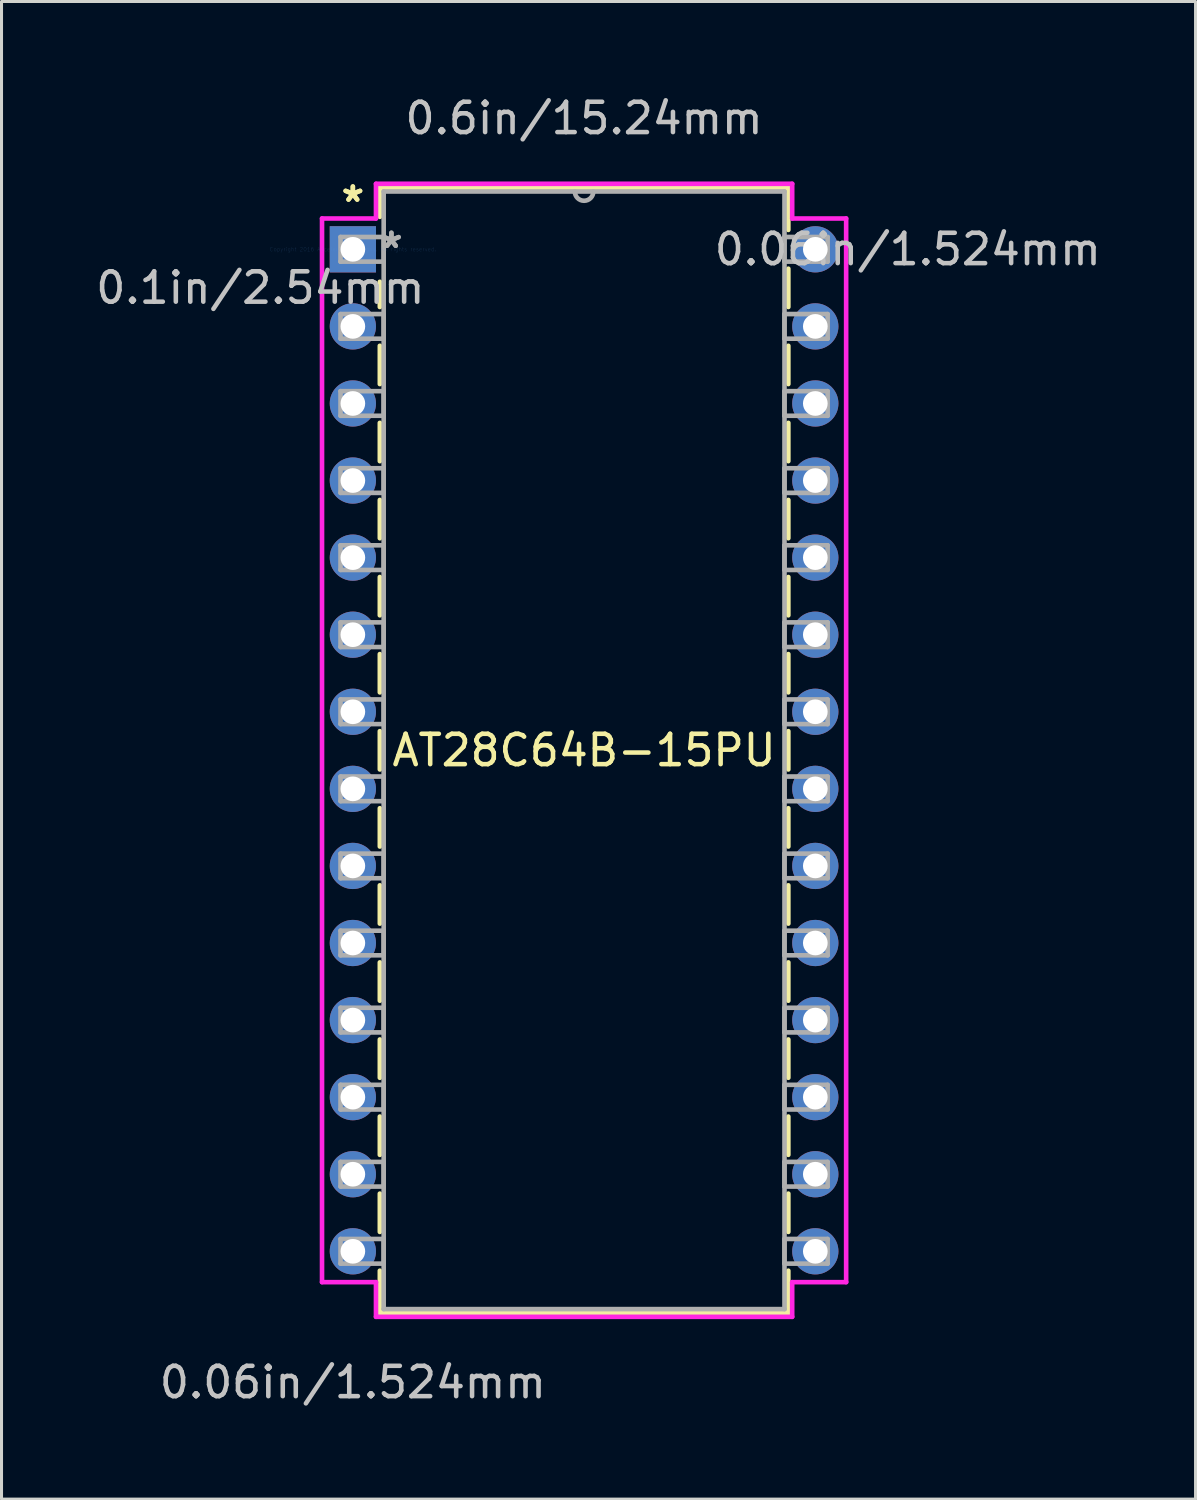
<source format=kicad_pcb>
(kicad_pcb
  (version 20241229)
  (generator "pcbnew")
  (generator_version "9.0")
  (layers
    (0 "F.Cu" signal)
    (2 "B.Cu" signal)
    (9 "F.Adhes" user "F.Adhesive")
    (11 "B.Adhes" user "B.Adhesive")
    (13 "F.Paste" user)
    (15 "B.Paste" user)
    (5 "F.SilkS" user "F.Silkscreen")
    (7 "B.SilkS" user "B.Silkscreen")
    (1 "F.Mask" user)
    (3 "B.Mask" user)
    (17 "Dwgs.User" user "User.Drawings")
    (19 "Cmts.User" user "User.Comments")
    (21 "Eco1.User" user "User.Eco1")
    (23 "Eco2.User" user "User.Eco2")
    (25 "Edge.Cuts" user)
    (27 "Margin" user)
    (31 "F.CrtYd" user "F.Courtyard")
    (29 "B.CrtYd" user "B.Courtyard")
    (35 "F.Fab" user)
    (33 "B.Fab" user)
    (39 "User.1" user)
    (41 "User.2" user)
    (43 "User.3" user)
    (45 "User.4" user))
  (footprint "AT28C64B-15PU"
    (layer "F.Cu")
    (at 8.578 5.166)
    (property "Reference" "AT28C64B-15PU" (at 7.62 16.51 0) (layer "F.SilkS") (effects (font (size 1 1) (thickness 0.15))))
    (attr through_hole)
    (fp_line (start 0.889 -2.032) (end 0.889 -1.07) (stroke (width 0.152) (type solid)) (layer "F.SilkS"))
    (fp_line (start 0.889 1.07) (end 0.889 1.901) (stroke (width 0.152) (type solid)) (layer "F.SilkS"))
    (fp_line (start 0.889 3.179) (end 0.889 4.441) (stroke (width 0.152) (type solid)) (layer "F.SilkS"))
    (fp_line (start 0.889 5.719) (end 0.889 6.981) (stroke (width 0.152) (type solid)) (layer "F.SilkS"))
    (fp_line (start 0.889 8.259) (end 0.889 9.521) (stroke (width 0.152) (type solid)) (layer "F.SilkS"))
    (fp_line (start 0.889 10.799) (end 0.889 12.061) (stroke (width 0.152) (type solid)) (layer "F.SilkS"))
    (fp_line (start 0.889 13.339) (end 0.889 14.601) (stroke (width 0.152) (type solid)) (layer "F.SilkS"))
    (fp_line (start 0.889 15.879) (end 0.889 17.141) (stroke (width 0.152) (type solid)) (layer "F.SilkS"))
    (fp_line (start 0.889 18.419) (end 0.889 19.681) (stroke (width 0.152) (type solid)) (layer "F.SilkS"))
    (fp_line (start 0.889 20.959) (end 0.889 22.221) (stroke (width 0.152) (type solid)) (layer "F.SilkS"))
    (fp_line (start 0.889 23.499) (end 0.889 24.761) (stroke (width 0.152) (type solid)) (layer "F.SilkS"))
    (fp_line (start 0.889 26.039) (end 0.889 27.301) (stroke (width 0.152) (type solid)) (layer "F.SilkS"))
    (fp_line (start 0.889 28.579) (end 0.889 29.841) (stroke (width 0.152) (type solid)) (layer "F.SilkS"))
    (fp_line (start 0.889 31.119) (end 0.889 32.381) (stroke (width 0.152) (type solid)) (layer "F.SilkS"))
    (fp_line (start 0.889 33.659) (end 0.889 35.052) (stroke (width 0.152) (type solid)) (layer "F.SilkS"))
    (fp_line (start 0.889 35.052) (end 14.351 35.052) (stroke (width 0.152) (type solid)) (layer "F.SilkS"))
    (fp_line (start 14.351 -2.032) (end 0.889 -2.032) (stroke (width 0.152) (type solid)) (layer "F.SilkS"))
    (fp_line (start 14.351 -0.639) (end 14.351 -2.032) (stroke (width 0.152) (type solid)) (layer "F.SilkS"))
    (fp_line (start 14.351 1.901) (end 14.351 0.639) (stroke (width 0.152) (type solid)) (layer "F.SilkS"))
    (fp_line (start 14.351 4.441) (end 14.351 3.179) (stroke (width 0.152) (type solid)) (layer "F.SilkS"))
    (fp_line (start 14.351 6.981) (end 14.351 5.719) (stroke (width 0.152) (type solid)) (layer "F.SilkS"))
    (fp_line (start 14.351 9.521) (end 14.351 8.259) (stroke (width 0.152) (type solid)) (layer "F.SilkS"))
    (fp_line (start 14.351 12.061) (end 14.351 10.799) (stroke (width 0.152) (type solid)) (layer "F.SilkS"))
    (fp_line (start 14.351 14.601) (end 14.351 13.339) (stroke (width 0.152) (type solid)) (layer "F.SilkS"))
    (fp_line (start 14.351 17.141) (end 14.351 15.879) (stroke (width 0.152) (type solid)) (layer "F.SilkS"))
    (fp_line (start 14.351 19.681) (end 14.351 18.419) (stroke (width 0.152) (type solid)) (layer "F.SilkS"))
    (fp_line (start 14.351 22.221) (end 14.351 20.959) (stroke (width 0.152) (type solid)) (layer "F.SilkS"))
    (fp_line (start 14.351 24.761) (end 14.351 23.499) (stroke (width 0.152) (type solid)) (layer "F.SilkS"))
    (fp_line (start 14.351 27.301) (end 14.351 26.039) (stroke (width 0.152) (type solid)) (layer "F.SilkS"))
    (fp_line (start 14.351 29.841) (end 14.351 28.579) (stroke (width 0.152) (type solid)) (layer "F.SilkS"))
    (fp_line (start 14.351 32.381) (end 14.351 31.119) (stroke (width 0.152) (type solid)) (layer "F.SilkS"))
    (fp_line (start 14.351 35.052) (end 14.351 33.659) (stroke (width 0.152) (type solid)) (layer "F.SilkS"))
    (fp_line (start -1.016 -1.016) (end -1.016 34.036) (stroke (width 0.152) (type solid)) (layer "F.CrtYd"))
    (fp_line (start -1.016 34.036) (end 0.762 34.036) (stroke (width 0.152) (type solid)) (layer "F.CrtYd"))
    (fp_line (start 0.762 -2.159) (end 0.762 -1.016) (stroke (width 0.152) (type solid)) (layer "F.CrtYd"))
    (fp_line (start 0.762 -1.016) (end -1.016 -1.016) (stroke (width 0.152) (type solid)) (layer "F.CrtYd"))
    (fp_line (start 0.762 34.036) (end 0.762 35.179) (stroke (width 0.152) (type solid)) (layer "F.CrtYd"))
    (fp_line (start 0.762 35.179) (end 14.478 35.179) (stroke (width 0.152) (type solid)) (layer "F.CrtYd"))
    (fp_line (start 14.478 -2.159) (end 0.762 -2.159) (stroke (width 0.152) (type solid)) (layer "F.CrtYd"))
    (fp_line (start 14.478 -1.016) (end 14.478 -2.159) (stroke (width 0.152) (type solid)) (layer "F.CrtYd"))
    (fp_line (start 14.478 34.036) (end 16.256 34.036) (stroke (width 0.152) (type solid)) (layer "F.CrtYd"))
    (fp_line (start 14.478 35.179) (end 14.478 34.036) (stroke (width 0.152) (type solid)) (layer "F.CrtYd"))
    (fp_line (start 16.256 -1.016) (end 14.478 -1.016) (stroke (width 0.152) (type solid)) (layer "F.CrtYd"))
    (fp_line (start 16.256 34.036) (end 16.256 -1.016) (stroke (width 0.152) (type solid)) (layer "F.CrtYd"))
    (fp_line (start -0.406 -0.406) (end -0.406 0.406) (stroke (width 0.152) (type solid)) (layer "F.Fab"))
    (fp_line (start -0.406 0.406) (end 1.016 0.406) (stroke (width 0.152) (type solid)) (layer "F.Fab"))
    (fp_line (start -0.406 2.134) (end -0.406 2.946) (stroke (width 0.152) (type solid)) (layer "F.Fab"))
    (fp_line (start -0.406 2.946) (end 1.016 2.946) (stroke (width 0.152) (type solid)) (layer "F.Fab"))
    (fp_line (start -0.406 4.674) (end -0.406 5.486) (stroke (width 0.152) (type solid)) (layer "F.Fab"))
    (fp_line (start -0.406 5.486) (end 1.016 5.486) (stroke (width 0.152) (type solid)) (layer "F.Fab"))
    (fp_line (start -0.406 7.214) (end -0.406 8.026) (stroke (width 0.152) (type solid)) (layer "F.Fab"))
    (fp_line (start -0.406 8.026) (end 1.016 8.026) (stroke (width 0.152) (type solid)) (layer "F.Fab"))
    (fp_line (start -0.406 9.754) (end -0.406 10.566) (stroke (width 0.152) (type solid)) (layer "F.Fab"))
    (fp_line (start -0.406 10.566) (end 1.016 10.566) (stroke (width 0.152) (type solid)) (layer "F.Fab"))
    (fp_line (start -0.406 12.294) (end -0.406 13.106) (stroke (width 0.152) (type solid)) (layer "F.Fab"))
    (fp_line (start -0.406 13.106) (end 1.016 13.106) (stroke (width 0.152) (type solid)) (layer "F.Fab"))
    (fp_line (start -0.406 14.834) (end -0.406 15.646) (stroke (width 0.152) (type solid)) (layer "F.Fab"))
    (fp_line (start -0.406 15.646) (end 1.016 15.646) (stroke (width 0.152) (type solid)) (layer "F.Fab"))
    (fp_line (start -0.406 17.374) (end -0.406 18.186) (stroke (width 0.152) (type solid)) (layer "F.Fab"))
    (fp_line (start -0.406 18.186) (end 1.016 18.186) (stroke (width 0.152) (type solid)) (layer "F.Fab"))
    (fp_line (start -0.406 19.914) (end -0.406 20.726) (stroke (width 0.152) (type solid)) (layer "F.Fab"))
    (fp_line (start -0.406 20.726) (end 1.016 20.726) (stroke (width 0.152) (type solid)) (layer "F.Fab"))
    (fp_line (start -0.406 22.454) (end -0.406 23.266) (stroke (width 0.152) (type solid)) (layer "F.Fab"))
    (fp_line (start -0.406 23.266) (end 1.016 23.266) (stroke (width 0.152) (type solid)) (layer "F.Fab"))
    (fp_line (start -0.406 24.994) (end -0.406 25.806) (stroke (width 0.152) (type solid)) (layer "F.Fab"))
    (fp_line (start -0.406 25.806) (end 1.016 25.806) (stroke (width 0.152) (type solid)) (layer "F.Fab"))
    (fp_line (start -0.406 27.534) (end -0.406 28.346) (stroke (width 0.152) (type solid)) (layer "F.Fab"))
    (fp_line (start -0.406 28.346) (end 1.016 28.346) (stroke (width 0.152) (type solid)) (layer "F.Fab"))
    (fp_line (start -0.406 30.074) (end -0.406 30.886) (stroke (width 0.152) (type solid)) (layer "F.Fab"))
    (fp_line (start -0.406 30.886) (end 1.016 30.886) (stroke (width 0.152) (type solid)) (layer "F.Fab"))
    (fp_line (start -0.406 32.614) (end -0.406 33.426) (stroke (width 0.152) (type solid)) (layer "F.Fab"))
    (fp_line (start -0.406 33.426) (end 1.016 33.426) (stroke (width 0.152) (type solid)) (layer "F.Fab"))
    (fp_line (start 1.016 -1.905) (end 1.016 34.925) (stroke (width 0.152) (type solid)) (layer "F.Fab"))
    (fp_line (start 1.016 -0.406) (end -0.406 -0.406) (stroke (width 0.152) (type solid)) (layer "F.Fab"))
    (fp_line (start 1.016 0.406) (end 1.016 -0.406) (stroke (width 0.152) (type solid)) (layer "F.Fab"))
    (fp_line (start 1.016 2.134) (end -0.406 2.134) (stroke (width 0.152) (type solid)) (layer "F.Fab"))
    (fp_line (start 1.016 2.946) (end 1.016 2.134) (stroke (width 0.152) (type solid)) (layer "F.Fab"))
    (fp_line (start 1.016 4.674) (end -0.406 4.674) (stroke (width 0.152) (type solid)) (layer "F.Fab"))
    (fp_line (start 1.016 5.486) (end 1.016 4.674) (stroke (width 0.152) (type solid)) (layer "F.Fab"))
    (fp_line (start 1.016 7.214) (end -0.406 7.214) (stroke (width 0.152) (type solid)) (layer "F.Fab"))
    (fp_line (start 1.016 8.026) (end 1.016 7.214) (stroke (width 0.152) (type solid)) (layer "F.Fab"))
    (fp_line (start 1.016 9.754) (end -0.406 9.754) (stroke (width 0.152) (type solid)) (layer "F.Fab"))
    (fp_line (start 1.016 10.566) (end 1.016 9.754) (stroke (width 0.152) (type solid)) (layer "F.Fab"))
    (fp_line (start 1.016 12.294) (end -0.406 12.294) (stroke (width 0.152) (type solid)) (layer "F.Fab"))
    (fp_line (start 1.016 13.106) (end 1.016 12.294) (stroke (width 0.152) (type solid)) (layer "F.Fab"))
    (fp_line (start 1.016 14.834) (end -0.406 14.834) (stroke (width 0.152) (type solid)) (layer "F.Fab"))
    (fp_line (start 1.016 15.646) (end 1.016 14.834) (stroke (width 0.152) (type solid)) (layer "F.Fab"))
    (fp_line (start 1.016 17.374) (end -0.406 17.374) (stroke (width 0.152) (type solid)) (layer "F.Fab"))
    (fp_line (start 1.016 18.186) (end 1.016 17.374) (stroke (width 0.152) (type solid)) (layer "F.Fab"))
    (fp_line (start 1.016 19.914) (end -0.406 19.914) (stroke (width 0.152) (type solid)) (layer "F.Fab"))
    (fp_line (start 1.016 20.726) (end 1.016 19.914) (stroke (width 0.152) (type solid)) (layer "F.Fab"))
    (fp_line (start 1.016 22.454) (end -0.406 22.454) (stroke (width 0.152) (type solid)) (layer "F.Fab"))
    (fp_line (start 1.016 23.266) (end 1.016 22.454) (stroke (width 0.152) (type solid)) (layer "F.Fab"))
    (fp_line (start 1.016 24.994) (end -0.406 24.994) (stroke (width 0.152) (type solid)) (layer "F.Fab"))
    (fp_line (start 1.016 25.806) (end 1.016 24.994) (stroke (width 0.152) (type solid)) (layer "F.Fab"))
    (fp_line (start 1.016 27.534) (end -0.406 27.534) (stroke (width 0.152) (type solid)) (layer "F.Fab"))
    (fp_line (start 1.016 28.346) (end 1.016 27.534) (stroke (width 0.152) (type solid)) (layer "F.Fab"))
    (fp_line (start 1.016 30.074) (end -0.406 30.074) (stroke (width 0.152) (type solid)) (layer "F.Fab"))
    (fp_line (start 1.016 30.886) (end 1.016 30.074) (stroke (width 0.152) (type solid)) (layer "F.Fab"))
    (fp_line (start 1.016 32.614) (end -0.406 32.614) (stroke (width 0.152) (type solid)) (layer "F.Fab"))
    (fp_line (start 1.016 33.426) (end 1.016 32.614) (stroke (width 0.152) (type solid)) (layer "F.Fab"))
    (fp_line (start 1.016 34.925) (end 14.224 34.925) (stroke (width 0.152) (type solid)) (layer "F.Fab"))
    (fp_line (start 14.224 -1.905) (end 1.016 -1.905) (stroke (width 0.152) (type solid)) (layer "F.Fab"))
    (fp_line (start 14.224 -0.406) (end 14.224 0.406) (stroke (width 0.152) (type solid)) (layer "F.Fab"))
    (fp_line (start 14.224 0.406) (end 15.646 0.406) (stroke (width 0.152) (type solid)) (layer "F.Fab"))
    (fp_line (start 14.224 2.134) (end 14.224 2.946) (stroke (width 0.152) (type solid)) (layer "F.Fab"))
    (fp_line (start 14.224 2.946) (end 15.646 2.946) (stroke (width 0.152) (type solid)) (layer "F.Fab"))
    (fp_line (start 14.224 4.674) (end 14.224 5.486) (stroke (width 0.152) (type solid)) (layer "F.Fab"))
    (fp_line (start 14.224 5.486) (end 15.646 5.486) (stroke (width 0.152) (type solid)) (layer "F.Fab"))
    (fp_line (start 14.224 7.214) (end 14.224 8.026) (stroke (width 0.152) (type solid)) (layer "F.Fab"))
    (fp_line (start 14.224 8.026) (end 15.646 8.026) (stroke (width 0.152) (type solid)) (layer "F.Fab"))
    (fp_line (start 14.224 9.754) (end 14.224 10.566) (stroke (width 0.152) (type solid)) (layer "F.Fab"))
    (fp_line (start 14.224 10.566) (end 15.646 10.566) (stroke (width 0.152) (type solid)) (layer "F.Fab"))
    (fp_line (start 14.224 12.294) (end 14.224 13.106) (stroke (width 0.152) (type solid)) (layer "F.Fab"))
    (fp_line (start 14.224 13.106) (end 15.646 13.106) (stroke (width 0.152) (type solid)) (layer "F.Fab"))
    (fp_line (start 14.224 14.834) (end 14.224 15.646) (stroke (width 0.152) (type solid)) (layer "F.Fab"))
    (fp_line (start 14.224 15.646) (end 15.646 15.646) (stroke (width 0.152) (type solid)) (layer "F.Fab"))
    (fp_line (start 14.224 17.374) (end 14.224 18.186) (stroke (width 0.152) (type solid)) (layer "F.Fab"))
    (fp_line (start 14.224 18.186) (end 15.646 18.186) (stroke (width 0.152) (type solid)) (layer "F.Fab"))
    (fp_line (start 14.224 19.914) (end 14.224 20.726) (stroke (width 0.152) (type solid)) (layer "F.Fab"))
    (fp_line (start 14.224 20.726) (end 15.646 20.726) (stroke (width 0.152) (type solid)) (layer "F.Fab"))
    (fp_line (start 14.224 22.454) (end 14.224 23.266) (stroke (width 0.152) (type solid)) (layer "F.Fab"))
    (fp_line (start 14.224 23.266) (end 15.646 23.266) (stroke (width 0.152) (type solid)) (layer "F.Fab"))
    (fp_line (start 14.224 24.994) (end 14.224 25.806) (stroke (width 0.152) (type solid)) (layer "F.Fab"))
    (fp_line (start 14.224 25.806) (end 15.646 25.806) (stroke (width 0.152) (type solid)) (layer "F.Fab"))
    (fp_line (start 14.224 27.534) (end 14.224 28.346) (stroke (width 0.152) (type solid)) (layer "F.Fab"))
    (fp_line (start 14.224 28.346) (end 15.646 28.346) (stroke (width 0.152) (type solid)) (layer "F.Fab"))
    (fp_line (start 14.224 30.074) (end 14.224 30.886) (stroke (width 0.152) (type solid)) (layer "F.Fab"))
    (fp_line (start 14.224 30.886) (end 15.646 30.886) (stroke (width 0.152) (type solid)) (layer "F.Fab"))
    (fp_line (start 14.224 32.614) (end 14.224 33.426) (stroke (width 0.152) (type solid)) (layer "F.Fab"))
    (fp_line (start 14.224 33.426) (end 15.646 33.426) (stroke (width 0.152) (type solid)) (layer "F.Fab"))
    (fp_line (start 14.224 34.925) (end 14.224 -1.905) (stroke (width 0.152) (type solid)) (layer "F.Fab"))
    (fp_line (start 15.646 -0.406) (end 14.224 -0.406) (stroke (width 0.152) (type solid)) (layer "F.Fab"))
    (fp_line (start 15.646 0.406) (end 15.646 -0.406) (stroke (width 0.152) (type solid)) (layer "F.Fab"))
    (fp_line (start 15.646 2.134) (end 14.224 2.134) (stroke (width 0.152) (type solid)) (layer "F.Fab"))
    (fp_line (start 15.646 2.946) (end 15.646 2.134) (stroke (width 0.152) (type solid)) (layer "F.Fab"))
    (fp_line (start 15.646 4.674) (end 14.224 4.674) (stroke (width 0.152) (type solid)) (layer "F.Fab"))
    (fp_line (start 15.646 5.486) (end 15.646 4.674) (stroke (width 0.152) (type solid)) (layer "F.Fab"))
    (fp_line (start 15.646 7.214) (end 14.224 7.214) (stroke (width 0.152) (type solid)) (layer "F.Fab"))
    (fp_line (start 15.646 8.026) (end 15.646 7.214) (stroke (width 0.152) (type solid)) (layer "F.Fab"))
    (fp_line (start 15.646 9.754) (end 14.224 9.754) (stroke (width 0.152) (type solid)) (layer "F.Fab"))
    (fp_line (start 15.646 10.566) (end 15.646 9.754) (stroke (width 0.152) (type solid)) (layer "F.Fab"))
    (fp_line (start 15.646 12.294) (end 14.224 12.294) (stroke (width 0.152) (type solid)) (layer "F.Fab"))
    (fp_line (start 15.646 13.106) (end 15.646 12.294) (stroke (width 0.152) (type solid)) (layer "F.Fab"))
    (fp_line (start 15.646 14.834) (end 14.224 14.834) (stroke (width 0.152) (type solid)) (layer "F.Fab"))
    (fp_line (start 15.646 15.646) (end 15.646 14.834) (stroke (width 0.152) (type solid)) (layer "F.Fab"))
    (fp_line (start 15.646 17.374) (end 14.224 17.374) (stroke (width 0.152) (type solid)) (layer "F.Fab"))
    (fp_line (start 15.646 18.186) (end 15.646 17.374) (stroke (width 0.152) (type solid)) (layer "F.Fab"))
    (fp_line (start 15.646 19.914) (end 14.224 19.914) (stroke (width 0.152) (type solid)) (layer "F.Fab"))
    (fp_line (start 15.646 20.726) (end 15.646 19.914) (stroke (width 0.152) (type solid)) (layer "F.Fab"))
    (fp_line (start 15.646 22.454) (end 14.224 22.454) (stroke (width 0.152) (type solid)) (layer "F.Fab"))
    (fp_line (start 15.646 23.266) (end 15.646 22.454) (stroke (width 0.152) (type solid)) (layer "F.Fab"))
    (fp_line (start 15.646 24.994) (end 14.224 24.994) (stroke (width 0.152) (type solid)) (layer "F.Fab"))
    (fp_line (start 15.646 25.806) (end 15.646 24.994) (stroke (width 0.152) (type solid)) (layer "F.Fab"))
    (fp_line (start 15.646 27.534) (end 14.224 27.534) (stroke (width 0.152) (type solid)) (layer "F.Fab"))
    (fp_line (start 15.646 28.346) (end 15.646 27.534) (stroke (width 0.152) (type solid)) (layer "F.Fab"))
    (fp_line (start 15.646 30.074) (end 14.224 30.074) (stroke (width 0.152) (type solid)) (layer "F.Fab"))
    (fp_line (start 15.646 30.886) (end 15.646 30.074) (stroke (width 0.152) (type solid)) (layer "F.Fab"))
    (fp_line (start 15.646 32.614) (end 14.224 32.614) (stroke (width 0.152) (type solid)) (layer "F.Fab"))
    (fp_line (start 15.646 33.426) (end 15.646 32.614) (stroke (width 0.152) (type solid)) (layer "F.Fab"))
    (fp_arc (start 7.9248 -1.905) (mid 7.62 -1.6002) (end 7.3152 -1.905) (stroke (width 0.1524) (type solid)) (layer "F.Fab"))
    (fp_text user "*" (at 0 -1.524 0) (layer "F.SilkS") (effects (font (size 1 1) (thickness 0.15))))
    (fp_text user "*" (at 0 -1.524 0) (layer "F.SilkS") (effects (font (size 1 1) (thickness 0.15))))
    (fp_text user "0.06in/1.524mm" (at 18.288 0 0) (layer "Dwgs.User") (effects (font (size 1 1) (thickness 0.15))))
    (fp_text user "0.06in/1.524mm" (at 0 37.338 0) (layer "Dwgs.User") (effects (font (size 1 1) (thickness 0.15))))
    (fp_text user "0.1in/2.54mm" (at -3.048 1.27 0) (layer "Dwgs.User") (effects (font (size 1 1) (thickness 0.15))))
    (fp_text user "0.6in/15.24mm" (at 7.62 -4.318 0) (layer "Dwgs.User") (effects (font (size 1 1) (thickness 0.15))))
    (fp_text user "Copyright 2016 Accelerated Designs. All rights reserved." (at 0 0 0) (layer "Cmts.User") (effects (font (size 0.127 0.127) (thickness 0.002))))
    (fp_text user "*" (at 1.27 0 0) (layer "F.Fab") (effects (font (size 1 1) (thickness 0.15))))
    (fp_text user "*" (at 1.27 0 0) (layer "F.Fab") (effects (font (size 1 1) (thickness 0.15))))
    (pad "1" thru_hole rect (at 0 0) (size 1.524 1.524) (drill 0.813) (layers "*.Cu" "*.Mask"))
    (pad "2" thru_hole circle (at 0 2.54) (size 1.524 1.524) (drill 0.813) (layers "*.Cu" "*.Mask"))
    (pad "3" thru_hole circle (at 0 5.08) (size 1.524 1.524) (drill 0.813) (layers "*.Cu" "*.Mask"))
    (pad "4" thru_hole circle (at 0 7.62) (size 1.524 1.524) (drill 0.813) (layers "*.Cu" "*.Mask"))
    (pad "5" thru_hole circle (at 0 10.16) (size 1.524 1.524) (drill 0.813) (layers "*.Cu" "*.Mask"))
    (pad "6" thru_hole circle (at 0 12.7) (size 1.524 1.524) (drill 0.813) (layers "*.Cu" "*.Mask"))
    (pad "7" thru_hole circle (at 0 15.24) (size 1.524 1.524) (drill 0.813) (layers "*.Cu" "*.Mask"))
    (pad "8" thru_hole circle (at 0 17.78) (size 1.524 1.524) (drill 0.813) (layers "*.Cu" "*.Mask"))
    (pad "9" thru_hole circle (at 0 20.32) (size 1.524 1.524) (drill 0.813) (layers "*.Cu" "*.Mask"))
    (pad "10" thru_hole circle (at 0 22.86) (size 1.524 1.524) (drill 0.813) (layers "*.Cu" "*.Mask"))
    (pad "11" thru_hole circle (at 0 25.4) (size 1.524 1.524) (drill 0.813) (layers "*.Cu" "*.Mask"))
    (pad "12" thru_hole circle (at 0 27.94) (size 1.524 1.524) (drill 0.813) (layers "*.Cu" "*.Mask"))
    (pad "13" thru_hole circle (at 0 30.48) (size 1.524 1.524) (drill 0.813) (layers "*.Cu" "*.Mask"))
    (pad "14" thru_hole circle (at 0 33.02) (size 1.524 1.524) (drill 0.813) (layers "*.Cu" "*.Mask"))
    (pad "15" thru_hole circle (at 15.24 33.02) (size 1.524 1.524) (drill 0.813) (layers "*.Cu" "*.Mask"))
    (pad "16" thru_hole circle (at 15.24 30.48) (size 1.524 1.524) (drill 0.813) (layers "*.Cu" "*.Mask"))
    (pad "17" thru_hole circle (at 15.24 27.94) (size 1.524 1.524) (drill 0.813) (layers "*.Cu" "*.Mask"))
    (pad "18" thru_hole circle (at 15.24 25.4) (size 1.524 1.524) (drill 0.813) (layers "*.Cu" "*.Mask"))
    (pad "19" thru_hole circle (at 15.24 22.86) (size 1.524 1.524) (drill 0.813) (layers "*.Cu" "*.Mask"))
    (pad "20" thru_hole circle (at 15.24 20.32) (size 1.524 1.524) (drill 0.813) (layers "*.Cu" "*.Mask"))
    (pad "21" thru_hole circle (at 15.24 17.78) (size 1.524 1.524) (drill 0.813) (layers "*.Cu" "*.Mask"))
    (pad "22" thru_hole circle (at 15.24 15.24) (size 1.524 1.524) (drill 0.813) (layers "*.Cu" "*.Mask"))
    (pad "23" thru_hole circle (at 15.24 12.7) (size 1.524 1.524) (drill 0.813) (layers "*.Cu" "*.Mask"))
    (pad "24" thru_hole circle (at 15.24 10.16) (size 1.524 1.524) (drill 0.813) (layers "*.Cu" "*.Mask"))
    (pad "25" thru_hole circle (at 15.24 7.62) (size 1.524 1.524) (drill 0.813) (layers "*.Cu" "*.Mask"))
    (pad "26" thru_hole circle (at 15.24 5.08) (size 1.524 1.524) (drill 0.813) (layers "*.Cu" "*.Mask"))
    (pad "27" thru_hole circle (at 15.24 2.54) (size 1.524 1.524) (drill 0.813) (layers "*.Cu" "*.Mask"))
    (pad "28" thru_hole circle (at 15.24 0) (size 1.524 1.524) (drill 0.813) (layers "*.Cu" "*.Mask")))
  (gr_rect
    (start -3 -3)
    (end 36.348 46.352)
    (stroke (width 0.1) (type default))
    (fill no)
    (layer "Edge.Cuts")))
</source>
